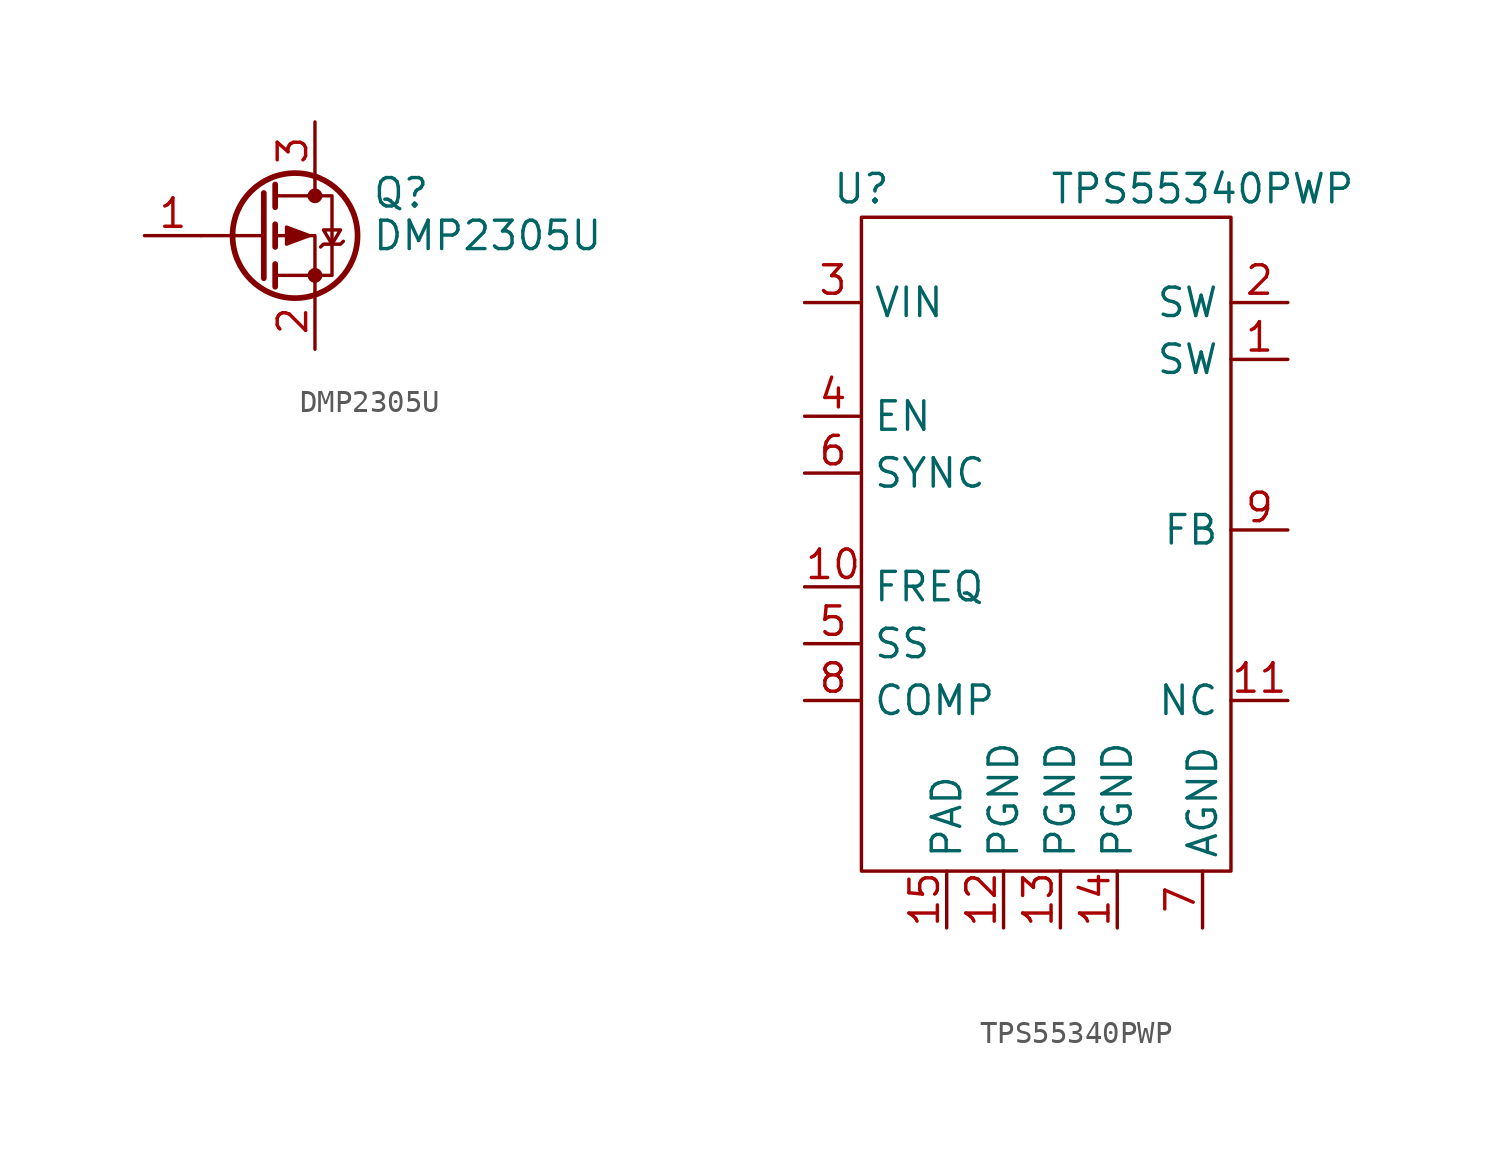
<source format=kicad_sym>
(kicad_symbol_lib
  (version 20211014)
  (generator kicad_symbol_editor)
  (symbol "DMP2305U"
    (pin_names hide)
    (property "Reference" "Q"
      (at 5.08 1.905 0)
      (effects (font (size 1.27 1.27)) (justify left)))
    (property "Value" "DMP2305U"
      (at 5.08 0 0)
      (effects (font (size 1.27 1.27)) (justify left)))
    (symbol "DMP2305U_0_1"
      (polyline (pts (xy 0.254 0) (xy -2.54 0)) (stroke (width 0) (type default) (color 0 0 0 0)) (fill (type none)))
      (polyline (pts (xy 0.254 1.905) (xy 0.254 -1.905)) (stroke (width 0.254) (type default) (color 0 0 0 0)) (fill (type none)))
      (polyline (pts (xy 0.762 -1.27) (xy 0.762 -2.286)) (stroke (width 0.254) (type default) (color 0 0 0 0)) (fill (type none)))
      (polyline (pts (xy 0.762 0.508) (xy 0.762 -0.508)) (stroke (width 0.254) (type default) (color 0 0 0 0)) (fill (type none)))
      (polyline (pts (xy 0.762 2.286) (xy 0.762 1.27)) (stroke (width 0.254) (type default) (color 0 0 0 0)) (fill (type none)))
      (polyline (pts (xy 2.54 2.54) (xy 2.54 1.778)) (stroke (width 0) (type default) (color 0 0 0 0)) (fill (type none)))
      (polyline (pts (xy 2.54 -2.54) (xy 2.54 0) (xy 0.762 0)) (stroke (width 0) (type default) (color 0 0 0 0)) (fill (type none)))
      (polyline (pts (xy 0.762 1.778) (xy 3.302 1.778) (xy 3.302 -1.778) (xy 0.762 -1.778)) (stroke (width 0) (type default) (color 0 0 0 0)) (fill (type none)))
      (polyline (pts (xy 2.286 0) (xy 1.27 0.381) (xy 1.27 -0.381) (xy 2.286 0)) (stroke (width 0) (type default) (color 0 0 0 0)) (fill (type outline)))
      (polyline (pts (xy 2.794 -0.508) (xy 2.921 -0.381) (xy 3.683 -0.381) (xy 3.81 -0.254)) (stroke (width 0) (type default) (color 0 0 0 0)) (fill (type none)))
      (polyline (pts (xy 3.302 -0.381) (xy 2.921 0.254) (xy 3.683 0.254) (xy 3.302 -0.381)) (stroke (width 0) (type default) (color 0 0 0 0)) (fill (type none)))
      (circle (center 1.651 0) (radius 2.794) (stroke (width 0.254) (type default) (color 0 0 0 0)) (fill (type none)))
      (circle (center 2.54 -1.778) (radius 0.254) (stroke (width 0) (type default) (color 0 0 0 0)) (fill (type outline)))
      (circle (center 2.54 1.778) (radius 0.254) (stroke (width 0) (type default) (color 0 0 0 0)) (fill (type outline))))
    (symbol "DMP2305U_1_1"
      (pin input line (at -5.08 0 0) (length 2.54) (name "G" (effects (font (size 1.27 1.27)))) (number "1" (effects (font (size 1.27 1.27)))))
      (pin passive line (at 2.54 -5.08 90) (length 2.54) (name "S" (effects (font (size 1.27 1.27)))) (number "2" (effects (font (size 1.27 1.27)))))
      (pin passive line (at 2.54 5.08 270) (length 2.54) (name "D" (effects (font (size 1.27 1.27)))) (number "3" (effects (font (size 1.27 1.27)))))))
  (symbol "TPS55340PWP"
    (property "Reference" "U"
      (at -6.35 10.16 0)
      (effects (font (size 1.27 1.27))))
    (property "Value" "TPS55340PWP"
      (at 8.89 10.16 0)
      (effects (font (size 1.27 1.27))))
    (symbol "TPS55340PWP_0_1"
      (rectangle (start -6.35 8.89) (end 10.16 -20.32) (stroke (width 0) (type default) (color 0 0 0 0)) (fill (type none))))
    (symbol "TPS55340PWP_1_1"
      (pin passive line (at 12.7 2.54 180) (length 2.54) (name "SW" (effects (font (size 1.27 1.27)))) (number "1" (effects (font (size 1.27 1.27)))))
      (pin input line (at -8.89 -7.62 0) (length 2.54) (name "FREQ" (effects (font (size 1.27 1.27)))) (number "10" (effects (font (size 1.27 1.27)))))
      (pin free line (at 12.7 -12.7 180) (length 2.54) (name "NC" (effects (font (size 1.27 1.27)))) (number "11" (effects (font (size 1.27 1.27)))))
      (pin passive line (at 0 -22.86 90) (length 2.54) (name "PGND" (effects (font (size 1.27 1.27)))) (number "12" (effects (font (size 1.27 1.27)))))
      (pin passive line (at 2.54 -22.86 90) (length 2.54) (name "PGND" (effects (font (size 1.27 1.27)))) (number "13" (effects (font (size 1.27 1.27)))))
      (pin power_out line (at 5.08 -22.86 90) (length 2.54) (name "PGND" (effects (font (size 1.27 1.27)))) (number "14" (effects (font (size 1.27 1.27)))))
      (pin passive line (at -2.54 -22.86 90) (length 2.54) (name "PAD" (effects (font (size 1.27 1.27)))) (number "15" (effects (font (size 1.27 1.27)))))
      (pin passive line (at 12.7 5.08 180) (length 2.54) (name "SW" (effects (font (size 1.27 1.27)))) (number "2" (effects (font (size 1.27 1.27)))))
      (pin input line (at -8.89 5.08 0) (length 2.54) (name "VIN" (effects (font (size 1.27 1.27)))) (number "3" (effects (font (size 1.27 1.27)))))
      (pin input line (at -8.89 0 0) (length 2.54) (name "EN" (effects (font (size 1.27 1.27)))) (number "4" (effects (font (size 1.27 1.27)))))
      (pin input line (at -8.89 -10.16 0) (length 2.54) (name "SS" (effects (font (size 1.27 1.27)))) (number "5" (effects (font (size 1.27 1.27)))))
      (pin input line (at -8.89 -2.54 0) (length 2.54) (name "SYNC" (effects (font (size 1.27 1.27)))) (number "6" (effects (font (size 1.27 1.27)))))
      (pin power_out line (at 8.89 -22.86 90) (length 2.54) (name "AGND" (effects (font (size 1.27 1.27)))) (number "7" (effects (font (size 1.27 1.27)))))
      (pin input line (at -8.89 -12.7 0) (length 2.54) (name "COMP" (effects (font (size 1.27 1.27)))) (number "8" (effects (font (size 1.27 1.27)))))
      (pin input line (at 12.7 -5.08 180) (length 2.54) (name "FB" (effects (font (size 1.27 1.27)))) (number "9" (effects (font (size 1.27 1.27))))))))
</source>
